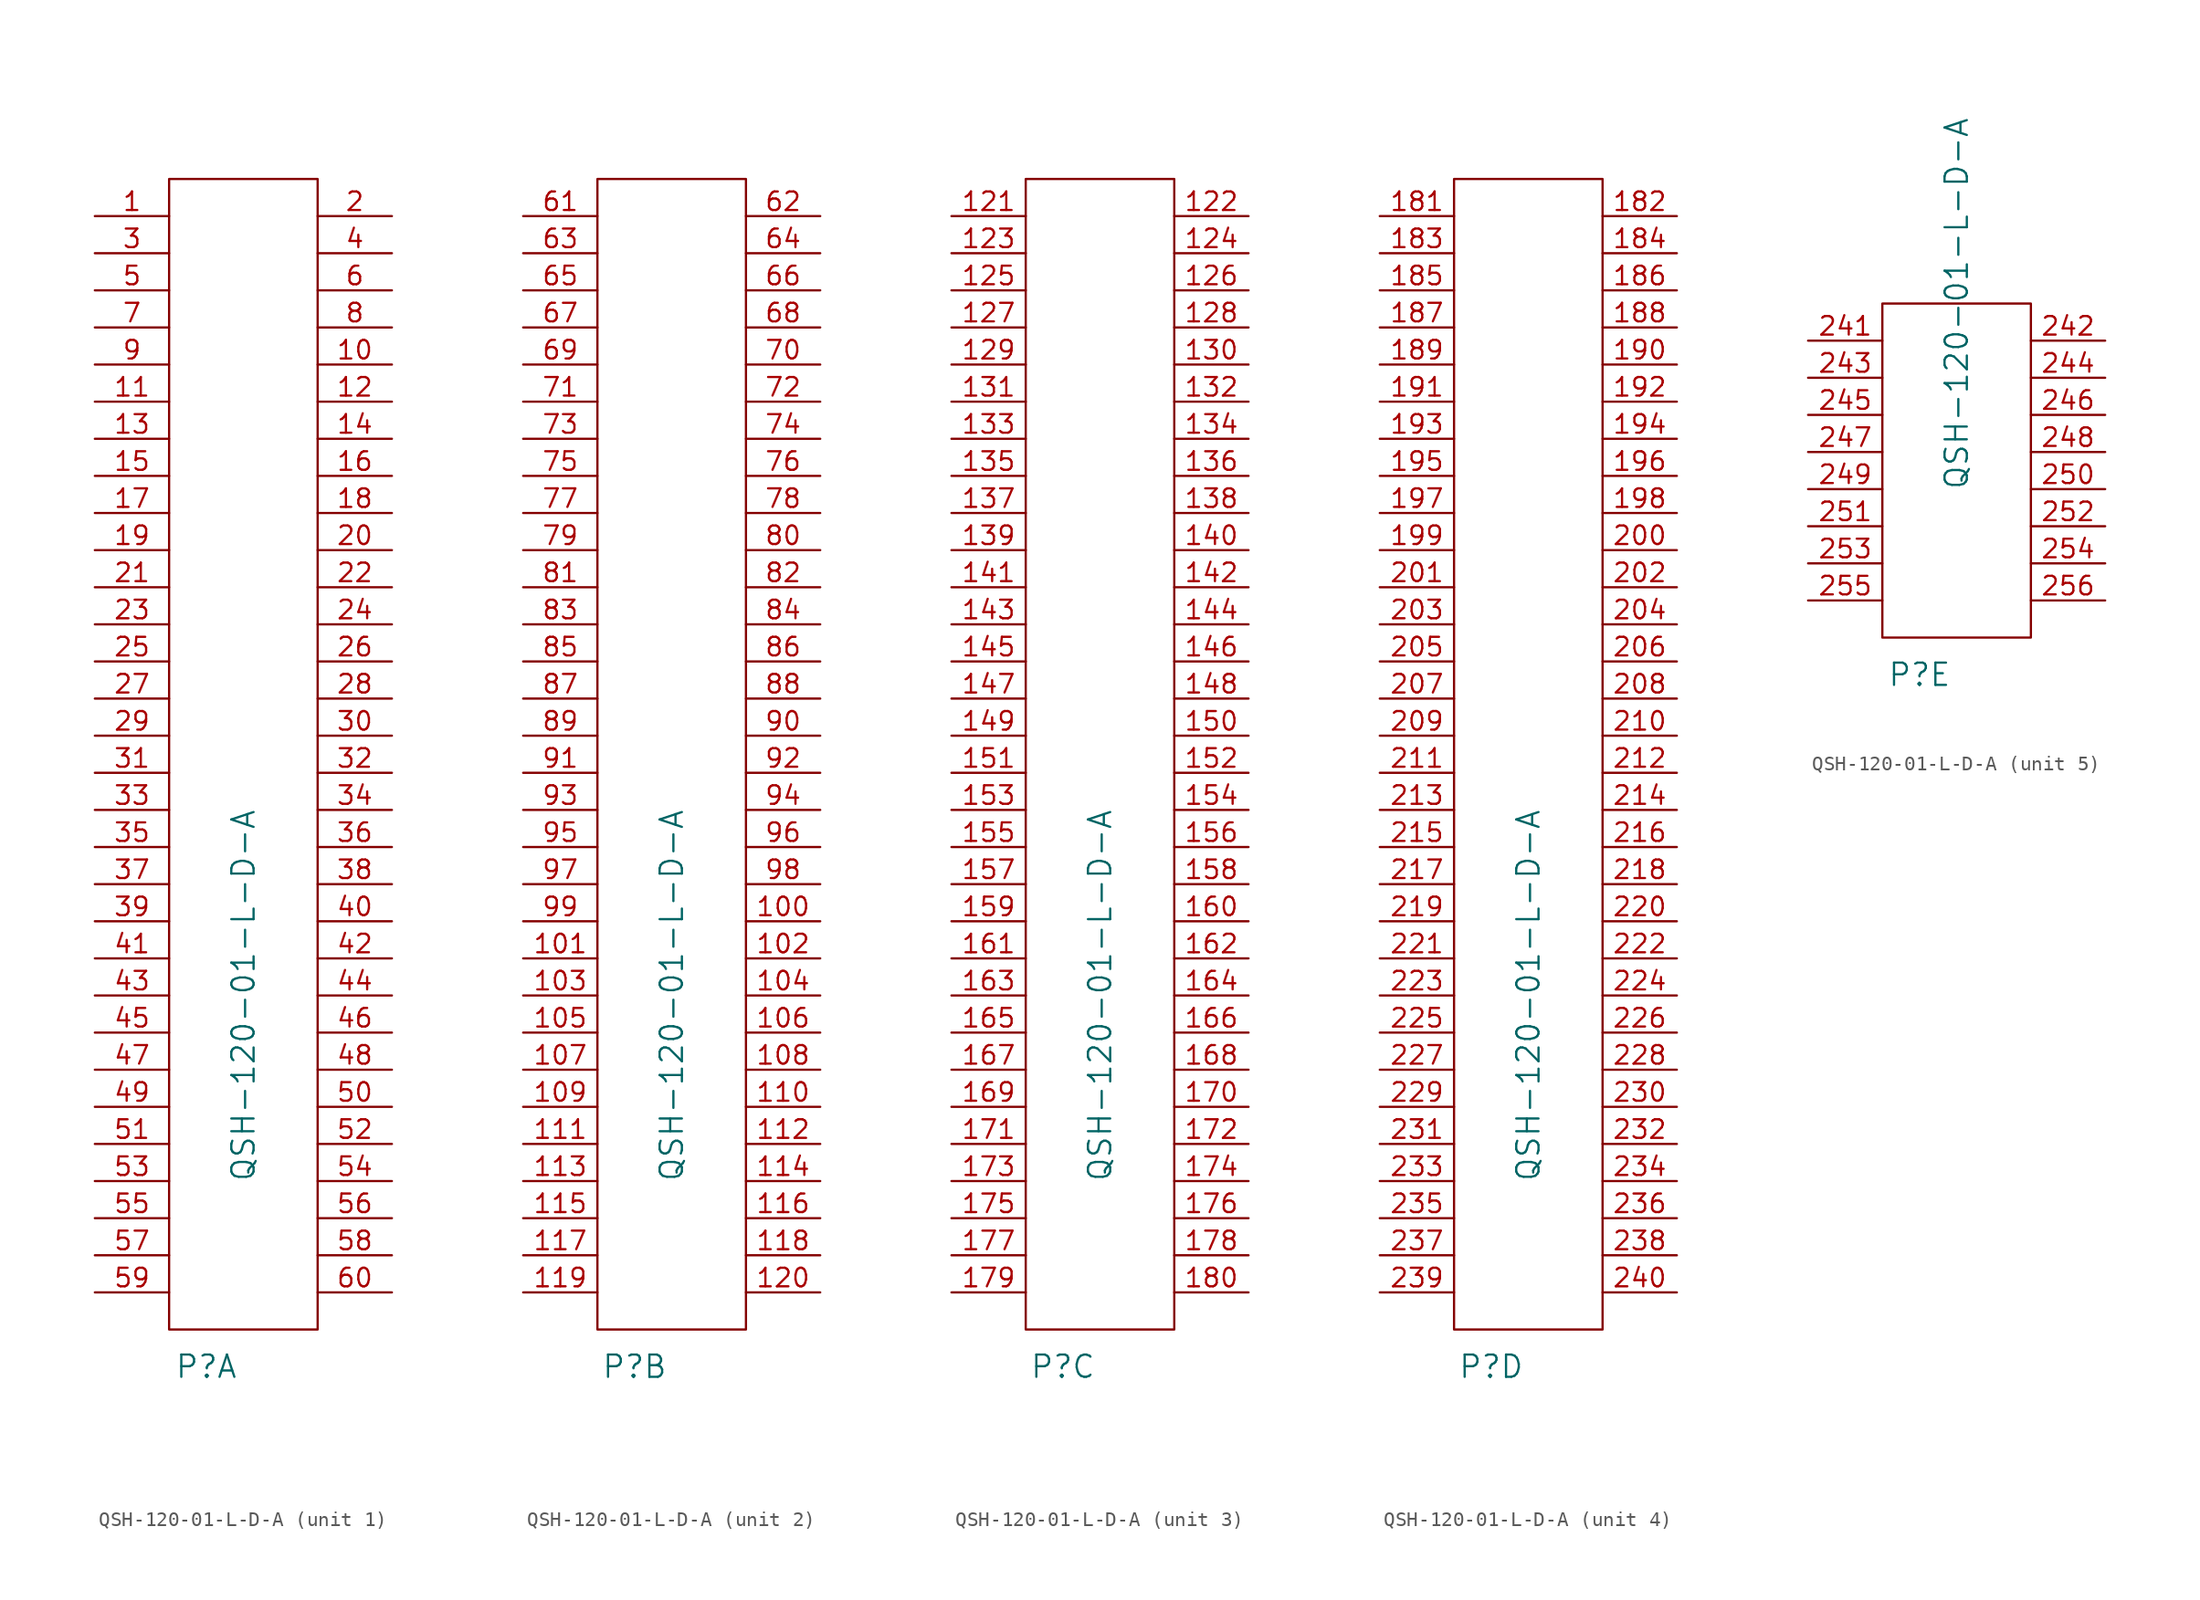
<source format=kicad_sym>
(kicad_symbol_lib
  (version 20220914)
  (generator kicad_symbol_editor)
  (symbol "QSH-120-01-L-D-A"
    (pin_names
      (offset 1.016) hide)
    (property "Reference" "P"
      (at 2.54 -2.54 0)
      (effects (font (size 1.524 1.524))))
    (property "Value" "QSH-120-01-L-D-A"
      (at 5.08 22.86 90)
      (effects (font (size 1.524 1.524))))
    (property "ki_locked" ""
      (at 0 0 0)
      (effects (font (size 1.27 1.27))))
    (symbol "QSH-120-01-L-D-A_1_1"
      (rectangle (start 0 78.74) (end 10.16 0) (stroke (width 0) (type solid)) (fill (type none)))
      (pin passive line (at -5.08 76.2 0) (length 5.08) (name "1" (effects (font (size 1.27 1.27)))) (number "1" (effects (font (size 1.27 1.27)))))
      (pin passive line (at 15.24 66.04 180) (length 5.08) (name "10" (effects (font (size 1.27 1.27)))) (number "10" (effects (font (size 1.27 1.27)))))
      (pin passive line (at -5.08 63.5 0) (length 5.08) (name "11" (effects (font (size 1.27 1.27)))) (number "11" (effects (font (size 1.27 1.27)))))
      (pin passive line (at 15.24 63.5 180) (length 5.08) (name "12" (effects (font (size 1.27 1.27)))) (number "12" (effects (font (size 1.27 1.27)))))
      (pin passive line (at -5.08 60.96 0) (length 5.08) (name "13" (effects (font (size 1.27 1.27)))) (number "13" (effects (font (size 1.27 1.27)))))
      (pin passive line (at 15.24 60.96 180) (length 5.08) (name "14" (effects (font (size 1.27 1.27)))) (number "14" (effects (font (size 1.27 1.27)))))
      (pin passive line (at -5.08 58.42 0) (length 5.08) (name "15" (effects (font (size 1.27 1.27)))) (number "15" (effects (font (size 1.27 1.27)))))
      (pin passive line (at 15.24 58.42 180) (length 5.08) (name "16" (effects (font (size 1.27 1.27)))) (number "16" (effects (font (size 1.27 1.27)))))
      (pin passive line (at -5.08 55.88 0) (length 5.08) (name "17" (effects (font (size 1.27 1.27)))) (number "17" (effects (font (size 1.27 1.27)))))
      (pin passive line (at 15.24 55.88 180) (length 5.08) (name "18" (effects (font (size 1.27 1.27)))) (number "18" (effects (font (size 1.27 1.27)))))
      (pin passive line (at -5.08 53.34 0) (length 5.08) (name "19" (effects (font (size 1.27 1.27)))) (number "19" (effects (font (size 1.27 1.27)))))
      (pin passive line (at 15.24 76.2 180) (length 5.08) (name "2" (effects (font (size 1.27 1.27)))) (number "2" (effects (font (size 1.27 1.27)))))
      (pin passive line (at 15.24 53.34 180) (length 5.08) (name "20" (effects (font (size 1.27 1.27)))) (number "20" (effects (font (size 1.27 1.27)))))
      (pin passive line (at -5.08 50.8 0) (length 5.08) (name "21" (effects (font (size 1.27 1.27)))) (number "21" (effects (font (size 1.27 1.27)))))
      (pin passive line (at 15.24 50.8 180) (length 5.08) (name "22" (effects (font (size 1.27 1.27)))) (number "22" (effects (font (size 1.27 1.27)))))
      (pin passive line (at -5.08 48.26 0) (length 5.08) (name "23" (effects (font (size 1.27 1.27)))) (number "23" (effects (font (size 1.27 1.27)))))
      (pin passive line (at 15.24 48.26 180) (length 5.08) (name "24" (effects (font (size 1.27 1.27)))) (number "24" (effects (font (size 1.27 1.27)))))
      (pin passive line (at -5.08 45.72 0) (length 5.08) (name "25" (effects (font (size 1.27 1.27)))) (number "25" (effects (font (size 1.27 1.27)))))
      (pin passive line (at 15.24 45.72 180) (length 5.08) (name "26" (effects (font (size 1.27 1.27)))) (number "26" (effects (font (size 1.27 1.27)))))
      (pin passive line (at -5.08 43.18 0) (length 5.08) (name "27" (effects (font (size 1.27 1.27)))) (number "27" (effects (font (size 1.27 1.27)))))
      (pin passive line (at 15.24 43.18 180) (length 5.08) (name "28" (effects (font (size 1.27 1.27)))) (number "28" (effects (font (size 1.27 1.27)))))
      (pin passive line (at -5.08 40.64 0) (length 5.08) (name "29" (effects (font (size 1.27 1.27)))) (number "29" (effects (font (size 1.27 1.27)))))
      (pin passive line (at -5.08 73.66 0) (length 5.08) (name "3" (effects (font (size 1.27 1.27)))) (number "3" (effects (font (size 1.27 1.27)))))
      (pin passive line (at 15.24 40.64 180) (length 5.08) (name "30" (effects (font (size 1.27 1.27)))) (number "30" (effects (font (size 1.27 1.27)))))
      (pin passive line (at -5.08 38.1 0) (length 5.08) (name "31" (effects (font (size 1.27 1.27)))) (number "31" (effects (font (size 1.27 1.27)))))
      (pin passive line (at 15.24 38.1 180) (length 5.08) (name "32" (effects (font (size 1.27 1.27)))) (number "32" (effects (font (size 1.27 1.27)))))
      (pin passive line (at -5.08 35.56 0) (length 5.08) (name "33" (effects (font (size 1.27 1.27)))) (number "33" (effects (font (size 1.27 1.27)))))
      (pin passive line (at 15.24 35.56 180) (length 5.08) (name "34" (effects (font (size 1.27 1.27)))) (number "34" (effects (font (size 1.27 1.27)))))
      (pin passive line (at -5.08 33.02 0) (length 5.08) (name "35" (effects (font (size 1.27 1.27)))) (number "35" (effects (font (size 1.27 1.27)))))
      (pin passive line (at 15.24 33.02 180) (length 5.08) (name "36" (effects (font (size 1.27 1.27)))) (number "36" (effects (font (size 1.27 1.27)))))
      (pin passive line (at -5.08 30.48 0) (length 5.08) (name "37" (effects (font (size 1.27 1.27)))) (number "37" (effects (font (size 1.27 1.27)))))
      (pin passive line (at 15.24 30.48 180) (length 5.08) (name "38" (effects (font (size 1.27 1.27)))) (number "38" (effects (font (size 1.27 1.27)))))
      (pin passive line (at -5.08 27.94 0) (length 5.08) (name "39" (effects (font (size 1.27 1.27)))) (number "39" (effects (font (size 1.27 1.27)))))
      (pin passive line (at 15.24 73.66 180) (length 5.08) (name "4" (effects (font (size 1.27 1.27)))) (number "4" (effects (font (size 1.27 1.27)))))
      (pin passive line (at 15.24 27.94 180) (length 5.08) (name "40" (effects (font (size 1.27 1.27)))) (number "40" (effects (font (size 1.27 1.27)))))
      (pin passive line (at -5.08 25.4 0) (length 5.08) (name "41" (effects (font (size 1.27 1.27)))) (number "41" (effects (font (size 1.27 1.27)))))
      (pin passive line (at 15.24 25.4 180) (length 5.08) (name "42" (effects (font (size 1.27 1.27)))) (number "42" (effects (font (size 1.27 1.27)))))
      (pin passive line (at -5.08 22.86 0) (length 5.08) (name "43" (effects (font (size 1.27 1.27)))) (number "43" (effects (font (size 1.27 1.27)))))
      (pin passive line (at 15.24 22.86 180) (length 5.08) (name "44" (effects (font (size 1.27 1.27)))) (number "44" (effects (font (size 1.27 1.27)))))
      (pin passive line (at -5.08 20.32 0) (length 5.08) (name "45" (effects (font (size 1.27 1.27)))) (number "45" (effects (font (size 1.27 1.27)))))
      (pin passive line (at 15.24 20.32 180) (length 5.08) (name "46" (effects (font (size 1.27 1.27)))) (number "46" (effects (font (size 1.27 1.27)))))
      (pin passive line (at -5.08 17.78 0) (length 5.08) (name "47" (effects (font (size 1.27 1.27)))) (number "47" (effects (font (size 1.27 1.27)))))
      (pin passive line (at 15.24 17.78 180) (length 5.08) (name "48" (effects (font (size 1.27 1.27)))) (number "48" (effects (font (size 1.27 1.27)))))
      (pin passive line (at -5.08 15.24 0) (length 5.08) (name "49" (effects (font (size 1.27 1.27)))) (number "49" (effects (font (size 1.27 1.27)))))
      (pin passive line (at -5.08 71.12 0) (length 5.08) (name "5" (effects (font (size 1.27 1.27)))) (number "5" (effects (font (size 1.27 1.27)))))
      (pin passive line (at 15.24 15.24 180) (length 5.08) (name "50" (effects (font (size 1.27 1.27)))) (number "50" (effects (font (size 1.27 1.27)))))
      (pin passive line (at -5.08 12.7 0) (length 5.08) (name "51" (effects (font (size 1.27 1.27)))) (number "51" (effects (font (size 1.27 1.27)))))
      (pin passive line (at 15.24 12.7 180) (length 5.08) (name "52" (effects (font (size 1.27 1.27)))) (number "52" (effects (font (size 1.27 1.27)))))
      (pin passive line (at -5.08 10.16 0) (length 5.08) (name "53" (effects (font (size 1.27 1.27)))) (number "53" (effects (font (size 1.27 1.27)))))
      (pin passive line (at 15.24 10.16 180) (length 5.08) (name "54" (effects (font (size 1.27 1.27)))) (number "54" (effects (font (size 1.27 1.27)))))
      (pin passive line (at -5.08 7.62 0) (length 5.08) (name "55" (effects (font (size 1.27 1.27)))) (number "55" (effects (font (size 1.27 1.27)))))
      (pin passive line (at 15.24 7.62 180) (length 5.08) (name "56" (effects (font (size 1.27 1.27)))) (number "56" (effects (font (size 1.27 1.27)))))
      (pin passive line (at -5.08 5.08 0) (length 5.08) (name "57" (effects (font (size 1.27 1.27)))) (number "57" (effects (font (size 1.27 1.27)))))
      (pin passive line (at 15.24 5.08 180) (length 5.08) (name "58" (effects (font (size 1.27 1.27)))) (number "58" (effects (font (size 1.27 1.27)))))
      (pin passive line (at -5.08 2.54 0) (length 5.08) (name "59" (effects (font (size 1.27 1.27)))) (number "59" (effects (font (size 1.27 1.27)))))
      (pin passive line (at 15.24 71.12 180) (length 5.08) (name "6" (effects (font (size 1.27 1.27)))) (number "6" (effects (font (size 1.27 1.27)))))
      (pin passive line (at 15.24 2.54 180) (length 5.08) (name "60" (effects (font (size 1.27 1.27)))) (number "60" (effects (font (size 1.27 1.27)))))
      (pin passive line (at -5.08 68.58 0) (length 5.08) (name "7" (effects (font (size 1.27 1.27)))) (number "7" (effects (font (size 1.27 1.27)))))
      (pin passive line (at 15.24 68.58 180) (length 5.08) (name "8" (effects (font (size 1.27 1.27)))) (number "8" (effects (font (size 1.27 1.27)))))
      (pin passive line (at -5.08 66.04 0) (length 5.08) (name "9" (effects (font (size 1.27 1.27)))) (number "9" (effects (font (size 1.27 1.27))))))
    (symbol "QSH-120-01-L-D-A_2_1"
      (rectangle (start 0 0) (end 10.16 78.74) (stroke (width 0) (type solid)) (fill (type none)))
      (pin passive line (at 15.24 27.94 180) (length 5.08) (name "100" (effects (font (size 1.27 1.27)))) (number "100" (effects (font (size 1.27 1.27)))))
      (pin passive line (at -5.08 25.4 0) (length 5.08) (name "101" (effects (font (size 1.27 1.27)))) (number "101" (effects (font (size 1.27 1.27)))))
      (pin passive line (at 15.24 25.4 180) (length 5.08) (name "102" (effects (font (size 1.27 1.27)))) (number "102" (effects (font (size 1.27 1.27)))))
      (pin passive line (at -5.08 22.86 0) (length 5.08) (name "103" (effects (font (size 1.27 1.27)))) (number "103" (effects (font (size 1.27 1.27)))))
      (pin passive line (at 15.24 22.86 180) (length 5.08) (name "104" (effects (font (size 1.27 1.27)))) (number "104" (effects (font (size 1.27 1.27)))))
      (pin passive line (at -5.08 20.32 0) (length 5.08) (name "105" (effects (font (size 1.27 1.27)))) (number "105" (effects (font (size 1.27 1.27)))))
      (pin passive line (at 15.24 20.32 180) (length 5.08) (name "106" (effects (font (size 1.27 1.27)))) (number "106" (effects (font (size 1.27 1.27)))))
      (pin passive line (at -5.08 17.78 0) (length 5.08) (name "107" (effects (font (size 1.27 1.27)))) (number "107" (effects (font (size 1.27 1.27)))))
      (pin passive line (at 15.24 17.78 180) (length 5.08) (name "108" (effects (font (size 1.27 1.27)))) (number "108" (effects (font (size 1.27 1.27)))))
      (pin passive line (at -5.08 15.24 0) (length 5.08) (name "109" (effects (font (size 1.27 1.27)))) (number "109" (effects (font (size 1.27 1.27)))))
      (pin passive line (at 15.24 15.24 180) (length 5.08) (name "110" (effects (font (size 1.27 1.27)))) (number "110" (effects (font (size 1.27 1.27)))))
      (pin passive line (at -5.08 12.7 0) (length 5.08) (name "111" (effects (font (size 1.27 1.27)))) (number "111" (effects (font (size 1.27 1.27)))))
      (pin passive line (at 15.24 12.7 180) (length 5.08) (name "112" (effects (font (size 1.27 1.27)))) (number "112" (effects (font (size 1.27 1.27)))))
      (pin passive line (at -5.08 10.16 0) (length 5.08) (name "113" (effects (font (size 1.27 1.27)))) (number "113" (effects (font (size 1.27 1.27)))))
      (pin passive line (at 15.24 10.16 180) (length 5.08) (name "114" (effects (font (size 1.27 1.27)))) (number "114" (effects (font (size 1.27 1.27)))))
      (pin passive line (at -5.08 7.62 0) (length 5.08) (name "115" (effects (font (size 1.27 1.27)))) (number "115" (effects (font (size 1.27 1.27)))))
      (pin passive line (at 15.24 7.62 180) (length 5.08) (name "116" (effects (font (size 1.27 1.27)))) (number "116" (effects (font (size 1.27 1.27)))))
      (pin passive line (at -5.08 5.08 0) (length 5.08) (name "117" (effects (font (size 1.27 1.27)))) (number "117" (effects (font (size 1.27 1.27)))))
      (pin passive line (at 15.24 5.08 180) (length 5.08) (name "118" (effects (font (size 1.27 1.27)))) (number "118" (effects (font (size 1.27 1.27)))))
      (pin passive line (at -5.08 2.54 0) (length 5.08) (name "119" (effects (font (size 1.27 1.27)))) (number "119" (effects (font (size 1.27 1.27)))))
      (pin passive line (at 15.24 2.54 180) (length 5.08) (name "120" (effects (font (size 1.27 1.27)))) (number "120" (effects (font (size 1.27 1.27)))))
      (pin passive line (at -5.08 76.2 0) (length 5.08) (name "61" (effects (font (size 1.27 1.27)))) (number "61" (effects (font (size 1.27 1.27)))))
      (pin passive line (at 15.24 76.2 180) (length 5.08) (name "62" (effects (font (size 1.27 1.27)))) (number "62" (effects (font (size 1.27 1.27)))))
      (pin passive line (at -5.08 73.66 0) (length 5.08) (name "63" (effects (font (size 1.27 1.27)))) (number "63" (effects (font (size 1.27 1.27)))))
      (pin passive line (at 15.24 73.66 180) (length 5.08) (name "64" (effects (font (size 1.27 1.27)))) (number "64" (effects (font (size 1.27 1.27)))))
      (pin passive line (at -5.08 71.12 0) (length 5.08) (name "65" (effects (font (size 1.27 1.27)))) (number "65" (effects (font (size 1.27 1.27)))))
      (pin passive line (at 15.24 71.12 180) (length 5.08) (name "66" (effects (font (size 1.27 1.27)))) (number "66" (effects (font (size 1.27 1.27)))))
      (pin passive line (at -5.08 68.58 0) (length 5.08) (name "67" (effects (font (size 1.27 1.27)))) (number "67" (effects (font (size 1.27 1.27)))))
      (pin passive line (at 15.24 68.58 180) (length 5.08) (name "68" (effects (font (size 1.27 1.27)))) (number "68" (effects (font (size 1.27 1.27)))))
      (pin passive line (at -5.08 66.04 0) (length 5.08) (name "69" (effects (font (size 1.27 1.27)))) (number "69" (effects (font (size 1.27 1.27)))))
      (pin passive line (at 15.24 66.04 180) (length 5.08) (name "70" (effects (font (size 1.27 1.27)))) (number "70" (effects (font (size 1.27 1.27)))))
      (pin passive line (at -5.08 63.5 0) (length 5.08) (name "71" (effects (font (size 1.27 1.27)))) (number "71" (effects (font (size 1.27 1.27)))))
      (pin passive line (at 15.24 63.5 180) (length 5.08) (name "72" (effects (font (size 1.27 1.27)))) (number "72" (effects (font (size 1.27 1.27)))))
      (pin passive line (at -5.08 60.96 0) (length 5.08) (name "73" (effects (font (size 1.27 1.27)))) (number "73" (effects (font (size 1.27 1.27)))))
      (pin passive line (at 15.24 60.96 180) (length 5.08) (name "74" (effects (font (size 1.27 1.27)))) (number "74" (effects (font (size 1.27 1.27)))))
      (pin passive line (at -5.08 58.42 0) (length 5.08) (name "75" (effects (font (size 1.27 1.27)))) (number "75" (effects (font (size 1.27 1.27)))))
      (pin passive line (at 15.24 58.42 180) (length 5.08) (name "76" (effects (font (size 1.27 1.27)))) (number "76" (effects (font (size 1.27 1.27)))))
      (pin passive line (at -5.08 55.88 0) (length 5.08) (name "77" (effects (font (size 1.27 1.27)))) (number "77" (effects (font (size 1.27 1.27)))))
      (pin passive line (at 15.24 55.88 180) (length 5.08) (name "78" (effects (font (size 1.27 1.27)))) (number "78" (effects (font (size 1.27 1.27)))))
      (pin passive line (at -5.08 53.34 0) (length 5.08) (name "79" (effects (font (size 1.27 1.27)))) (number "79" (effects (font (size 1.27 1.27)))))
      (pin passive line (at 15.24 53.34 180) (length 5.08) (name "80" (effects (font (size 1.27 1.27)))) (number "80" (effects (font (size 1.27 1.27)))))
      (pin passive line (at -5.08 50.8 0) (length 5.08) (name "81" (effects (font (size 1.27 1.27)))) (number "81" (effects (font (size 1.27 1.27)))))
      (pin passive line (at 15.24 50.8 180) (length 5.08) (name "82" (effects (font (size 1.27 1.27)))) (number "82" (effects (font (size 1.27 1.27)))))
      (pin passive line (at -5.08 48.26 0) (length 5.08) (name "83" (effects (font (size 1.27 1.27)))) (number "83" (effects (font (size 1.27 1.27)))))
      (pin passive line (at 15.24 48.26 180) (length 5.08) (name "84" (effects (font (size 1.27 1.27)))) (number "84" (effects (font (size 1.27 1.27)))))
      (pin passive line (at -5.08 45.72 0) (length 5.08) (name "85" (effects (font (size 1.27 1.27)))) (number "85" (effects (font (size 1.27 1.27)))))
      (pin passive line (at 15.24 45.72 180) (length 5.08) (name "86" (effects (font (size 1.27 1.27)))) (number "86" (effects (font (size 1.27 1.27)))))
      (pin passive line (at -5.08 43.18 0) (length 5.08) (name "87" (effects (font (size 1.27 1.27)))) (number "87" (effects (font (size 1.27 1.27)))))
      (pin passive line (at 15.24 43.18 180) (length 5.08) (name "88" (effects (font (size 1.27 1.27)))) (number "88" (effects (font (size 1.27 1.27)))))
      (pin passive line (at -5.08 40.64 0) (length 5.08) (name "89" (effects (font (size 1.27 1.27)))) (number "89" (effects (font (size 1.27 1.27)))))
      (pin passive line (at 15.24 40.64 180) (length 5.08) (name "90" (effects (font (size 1.27 1.27)))) (number "90" (effects (font (size 1.27 1.27)))))
      (pin passive line (at -5.08 38.1 0) (length 5.08) (name "91" (effects (font (size 1.27 1.27)))) (number "91" (effects (font (size 1.27 1.27)))))
      (pin passive line (at 15.24 38.1 180) (length 5.08) (name "92" (effects (font (size 1.27 1.27)))) (number "92" (effects (font (size 1.27 1.27)))))
      (pin passive line (at -5.08 35.56 0) (length 5.08) (name "93" (effects (font (size 1.27 1.27)))) (number "93" (effects (font (size 1.27 1.27)))))
      (pin passive line (at 15.24 35.56 180) (length 5.08) (name "94" (effects (font (size 1.27 1.27)))) (number "94" (effects (font (size 1.27 1.27)))))
      (pin passive line (at -5.08 33.02 0) (length 5.08) (name "95" (effects (font (size 1.27 1.27)))) (number "95" (effects (font (size 1.27 1.27)))))
      (pin passive line (at 15.24 33.02 180) (length 5.08) (name "96" (effects (font (size 1.27 1.27)))) (number "96" (effects (font (size 1.27 1.27)))))
      (pin passive line (at -5.08 30.48 0) (length 5.08) (name "97" (effects (font (size 1.27 1.27)))) (number "97" (effects (font (size 1.27 1.27)))))
      (pin passive line (at 15.24 30.48 180) (length 5.08) (name "98" (effects (font (size 1.27 1.27)))) (number "98" (effects (font (size 1.27 1.27)))))
      (pin passive line (at -5.08 27.94 0) (length 5.08) (name "99" (effects (font (size 1.27 1.27)))) (number "99" (effects (font (size 1.27 1.27))))))
    (symbol "QSH-120-01-L-D-A_3_1"
      (rectangle (start 0 78.74) (end 10.16 0) (stroke (width 0) (type solid)) (fill (type none)))
      (pin passive line (at -5.08 76.2 0) (length 5.08) (name "121" (effects (font (size 1.27 1.27)))) (number "121" (effects (font (size 1.27 1.27)))))
      (pin passive line (at 15.24 76.2 180) (length 5.08) (name "122" (effects (font (size 1.27 1.27)))) (number "122" (effects (font (size 1.27 1.27)))))
      (pin passive line (at -5.08 73.66 0) (length 5.08) (name "123" (effects (font (size 1.27 1.27)))) (number "123" (effects (font (size 1.27 1.27)))))
      (pin passive line (at 15.24 73.66 180) (length 5.08) (name "124" (effects (font (size 1.27 1.27)))) (number "124" (effects (font (size 1.27 1.27)))))
      (pin passive line (at -5.08 71.12 0) (length 5.08) (name "125" (effects (font (size 1.27 1.27)))) (number "125" (effects (font (size 1.27 1.27)))))
      (pin passive line (at 15.24 71.12 180) (length 5.08) (name "126" (effects (font (size 1.27 1.27)))) (number "126" (effects (font (size 1.27 1.27)))))
      (pin passive line (at -5.08 68.58 0) (length 5.08) (name "127" (effects (font (size 1.27 1.27)))) (number "127" (effects (font (size 1.27 1.27)))))
      (pin passive line (at 15.24 68.58 180) (length 5.08) (name "128" (effects (font (size 1.27 1.27)))) (number "128" (effects (font (size 1.27 1.27)))))
      (pin passive line (at -5.08 66.04 0) (length 5.08) (name "129" (effects (font (size 1.27 1.27)))) (number "129" (effects (font (size 1.27 1.27)))))
      (pin passive line (at 15.24 66.04 180) (length 5.08) (name "130" (effects (font (size 1.27 1.27)))) (number "130" (effects (font (size 1.27 1.27)))))
      (pin passive line (at -5.08 63.5 0) (length 5.08) (name "131" (effects (font (size 1.27 1.27)))) (number "131" (effects (font (size 1.27 1.27)))))
      (pin passive line (at 15.24 63.5 180) (length 5.08) (name "132" (effects (font (size 1.27 1.27)))) (number "132" (effects (font (size 1.27 1.27)))))
      (pin passive line (at -5.08 60.96 0) (length 5.08) (name "133" (effects (font (size 1.27 1.27)))) (number "133" (effects (font (size 1.27 1.27)))))
      (pin passive line (at 15.24 60.96 180) (length 5.08) (name "134" (effects (font (size 1.27 1.27)))) (number "134" (effects (font (size 1.27 1.27)))))
      (pin passive line (at -5.08 58.42 0) (length 5.08) (name "135" (effects (font (size 1.27 1.27)))) (number "135" (effects (font (size 1.27 1.27)))))
      (pin passive line (at 15.24 58.42 180) (length 5.08) (name "136" (effects (font (size 1.27 1.27)))) (number "136" (effects (font (size 1.27 1.27)))))
      (pin passive line (at -5.08 55.88 0) (length 5.08) (name "137" (effects (font (size 1.27 1.27)))) (number "137" (effects (font (size 1.27 1.27)))))
      (pin passive line (at 15.24 55.88 180) (length 5.08) (name "138" (effects (font (size 1.27 1.27)))) (number "138" (effects (font (size 1.27 1.27)))))
      (pin passive line (at -5.08 53.34 0) (length 5.08) (name "139" (effects (font (size 1.27 1.27)))) (number "139" (effects (font (size 1.27 1.27)))))
      (pin passive line (at 15.24 53.34 180) (length 5.08) (name "140" (effects (font (size 1.27 1.27)))) (number "140" (effects (font (size 1.27 1.27)))))
      (pin passive line (at -5.08 50.8 0) (length 5.08) (name "141" (effects (font (size 1.27 1.27)))) (number "141" (effects (font (size 1.27 1.27)))))
      (pin passive line (at 15.24 50.8 180) (length 5.08) (name "142" (effects (font (size 1.27 1.27)))) (number "142" (effects (font (size 1.27 1.27)))))
      (pin passive line (at -5.08 48.26 0) (length 5.08) (name "143" (effects (font (size 1.27 1.27)))) (number "143" (effects (font (size 1.27 1.27)))))
      (pin passive line (at 15.24 48.26 180) (length 5.08) (name "144" (effects (font (size 1.27 1.27)))) (number "144" (effects (font (size 1.27 1.27)))))
      (pin passive line (at -5.08 45.72 0) (length 5.08) (name "145" (effects (font (size 1.27 1.27)))) (number "145" (effects (font (size 1.27 1.27)))))
      (pin passive line (at 15.24 45.72 180) (length 5.08) (name "146" (effects (font (size 1.27 1.27)))) (number "146" (effects (font (size 1.27 1.27)))))
      (pin passive line (at -5.08 43.18 0) (length 5.08) (name "147" (effects (font (size 1.27 1.27)))) (number "147" (effects (font (size 1.27 1.27)))))
      (pin passive line (at 15.24 43.18 180) (length 5.08) (name "148" (effects (font (size 1.27 1.27)))) (number "148" (effects (font (size 1.27 1.27)))))
      (pin passive line (at -5.08 40.64 0) (length 5.08) (name "149" (effects (font (size 1.27 1.27)))) (number "149" (effects (font (size 1.27 1.27)))))
      (pin passive line (at 15.24 40.64 180) (length 5.08) (name "150" (effects (font (size 1.27 1.27)))) (number "150" (effects (font (size 1.27 1.27)))))
      (pin passive line (at -5.08 38.1 0) (length 5.08) (name "151" (effects (font (size 1.27 1.27)))) (number "151" (effects (font (size 1.27 1.27)))))
      (pin passive line (at 15.24 38.1 180) (length 5.08) (name "152" (effects (font (size 1.27 1.27)))) (number "152" (effects (font (size 1.27 1.27)))))
      (pin passive line (at -5.08 35.56 0) (length 5.08) (name "153" (effects (font (size 1.27 1.27)))) (number "153" (effects (font (size 1.27 1.27)))))
      (pin passive line (at 15.24 35.56 180) (length 5.08) (name "154" (effects (font (size 1.27 1.27)))) (number "154" (effects (font (size 1.27 1.27)))))
      (pin passive line (at -5.08 33.02 0) (length 5.08) (name "155" (effects (font (size 1.27 1.27)))) (number "155" (effects (font (size 1.27 1.27)))))
      (pin passive line (at 15.24 33.02 180) (length 5.08) (name "156" (effects (font (size 1.27 1.27)))) (number "156" (effects (font (size 1.27 1.27)))))
      (pin passive line (at -5.08 30.48 0) (length 5.08) (name "157" (effects (font (size 1.27 1.27)))) (number "157" (effects (font (size 1.27 1.27)))))
      (pin passive line (at 15.24 30.48 180) (length 5.08) (name "158" (effects (font (size 1.27 1.27)))) (number "158" (effects (font (size 1.27 1.27)))))
      (pin passive line (at -5.08 27.94 0) (length 5.08) (name "159" (effects (font (size 1.27 1.27)))) (number "159" (effects (font (size 1.27 1.27)))))
      (pin passive line (at 15.24 27.94 180) (length 5.08) (name "160" (effects (font (size 1.27 1.27)))) (number "160" (effects (font (size 1.27 1.27)))))
      (pin passive line (at -5.08 25.4 0) (length 5.08) (name "161" (effects (font (size 1.27 1.27)))) (number "161" (effects (font (size 1.27 1.27)))))
      (pin passive line (at 15.24 25.4 180) (length 5.08) (name "162" (effects (font (size 1.27 1.27)))) (number "162" (effects (font (size 1.27 1.27)))))
      (pin passive line (at -5.08 22.86 0) (length 5.08) (name "163" (effects (font (size 1.27 1.27)))) (number "163" (effects (font (size 1.27 1.27)))))
      (pin passive line (at 15.24 22.86 180) (length 5.08) (name "164" (effects (font (size 1.27 1.27)))) (number "164" (effects (font (size 1.27 1.27)))))
      (pin passive line (at -5.08 20.32 0) (length 5.08) (name "165" (effects (font (size 1.27 1.27)))) (number "165" (effects (font (size 1.27 1.27)))))
      (pin passive line (at 15.24 20.32 180) (length 5.08) (name "166" (effects (font (size 1.27 1.27)))) (number "166" (effects (font (size 1.27 1.27)))))
      (pin passive line (at -5.08 17.78 0) (length 5.08) (name "167" (effects (font (size 1.27 1.27)))) (number "167" (effects (font (size 1.27 1.27)))))
      (pin passive line (at 15.24 17.78 180) (length 5.08) (name "168" (effects (font (size 1.27 1.27)))) (number "168" (effects (font (size 1.27 1.27)))))
      (pin passive line (at -5.08 15.24 0) (length 5.08) (name "169" (effects (font (size 1.27 1.27)))) (number "169" (effects (font (size 1.27 1.27)))))
      (pin passive line (at 15.24 15.24 180) (length 5.08) (name "170" (effects (font (size 1.27 1.27)))) (number "170" (effects (font (size 1.27 1.27)))))
      (pin passive line (at -5.08 12.7 0) (length 5.08) (name "171" (effects (font (size 1.27 1.27)))) (number "171" (effects (font (size 1.27 1.27)))))
      (pin passive line (at 15.24 12.7 180) (length 5.08) (name "172" (effects (font (size 1.27 1.27)))) (number "172" (effects (font (size 1.27 1.27)))))
      (pin passive line (at -5.08 10.16 0) (length 5.08) (name "173" (effects (font (size 1.27 1.27)))) (number "173" (effects (font (size 1.27 1.27)))))
      (pin passive line (at 15.24 10.16 180) (length 5.08) (name "174" (effects (font (size 1.27 1.27)))) (number "174" (effects (font (size 1.27 1.27)))))
      (pin passive line (at -5.08 7.62 0) (length 5.08) (name "175" (effects (font (size 1.27 1.27)))) (number "175" (effects (font (size 1.27 1.27)))))
      (pin passive line (at 15.24 7.62 180) (length 5.08) (name "176" (effects (font (size 1.27 1.27)))) (number "176" (effects (font (size 1.27 1.27)))))
      (pin passive line (at -5.08 5.08 0) (length 5.08) (name "177" (effects (font (size 1.27 1.27)))) (number "177" (effects (font (size 1.27 1.27)))))
      (pin passive line (at 15.24 5.08 180) (length 5.08) (name "178" (effects (font (size 1.27 1.27)))) (number "178" (effects (font (size 1.27 1.27)))))
      (pin passive line (at -5.08 2.54 0) (length 5.08) (name "179" (effects (font (size 1.27 1.27)))) (number "179" (effects (font (size 1.27 1.27)))))
      (pin passive line (at 15.24 2.54 180) (length 5.08) (name "180" (effects (font (size 1.27 1.27)))) (number "180" (effects (font (size 1.27 1.27))))))
    (symbol "QSH-120-01-L-D-A_4_1"
      (rectangle (start 0 78.74) (end 10.16 0) (stroke (width 0) (type solid)) (fill (type none)))
      (pin passive line (at -5.08 76.2 0) (length 5.08) (name "181" (effects (font (size 1.27 1.27)))) (number "181" (effects (font (size 1.27 1.27)))))
      (pin passive line (at 15.24 76.2 180) (length 5.08) (name "182" (effects (font (size 1.27 1.27)))) (number "182" (effects (font (size 1.27 1.27)))))
      (pin passive line (at -5.08 73.66 0) (length 5.08) (name "183" (effects (font (size 1.27 1.27)))) (number "183" (effects (font (size 1.27 1.27)))))
      (pin passive line (at 15.24 73.66 180) (length 5.08) (name "184" (effects (font (size 1.27 1.27)))) (number "184" (effects (font (size 1.27 1.27)))))
      (pin passive line (at -5.08 71.12 0) (length 5.08) (name "185" (effects (font (size 1.27 1.27)))) (number "185" (effects (font (size 1.27 1.27)))))
      (pin passive line (at 15.24 71.12 180) (length 5.08) (name "186" (effects (font (size 1.27 1.27)))) (number "186" (effects (font (size 1.27 1.27)))))
      (pin passive line (at -5.08 68.58 0) (length 5.08) (name "187" (effects (font (size 1.27 1.27)))) (number "187" (effects (font (size 1.27 1.27)))))
      (pin passive line (at 15.24 68.58 180) (length 5.08) (name "188" (effects (font (size 1.27 1.27)))) (number "188" (effects (font (size 1.27 1.27)))))
      (pin passive line (at -5.08 66.04 0) (length 5.08) (name "189" (effects (font (size 1.27 1.27)))) (number "189" (effects (font (size 1.27 1.27)))))
      (pin passive line (at 15.24 66.04 180) (length 5.08) (name "190" (effects (font (size 1.27 1.27)))) (number "190" (effects (font (size 1.27 1.27)))))
      (pin passive line (at -5.08 63.5 0) (length 5.08) (name "191" (effects (font (size 1.27 1.27)))) (number "191" (effects (font (size 1.27 1.27)))))
      (pin passive line (at 15.24 63.5 180) (length 5.08) (name "192" (effects (font (size 1.27 1.27)))) (number "192" (effects (font (size 1.27 1.27)))))
      (pin passive line (at -5.08 60.96 0) (length 5.08) (name "193" (effects (font (size 1.27 1.27)))) (number "193" (effects (font (size 1.27 1.27)))))
      (pin passive line (at 15.24 60.96 180) (length 5.08) (name "194" (effects (font (size 1.27 1.27)))) (number "194" (effects (font (size 1.27 1.27)))))
      (pin passive line (at -5.08 58.42 0) (length 5.08) (name "195" (effects (font (size 1.27 1.27)))) (number "195" (effects (font (size 1.27 1.27)))))
      (pin passive line (at 15.24 58.42 180) (length 5.08) (name "196" (effects (font (size 1.27 1.27)))) (number "196" (effects (font (size 1.27 1.27)))))
      (pin passive line (at -5.08 55.88 0) (length 5.08) (name "197" (effects (font (size 1.27 1.27)))) (number "197" (effects (font (size 1.27 1.27)))))
      (pin passive line (at 15.24 55.88 180) (length 5.08) (name "198" (effects (font (size 1.27 1.27)))) (number "198" (effects (font (size 1.27 1.27)))))
      (pin passive line (at -5.08 53.34 0) (length 5.08) (name "199" (effects (font (size 1.27 1.27)))) (number "199" (effects (font (size 1.27 1.27)))))
      (pin passive line (at 15.24 53.34 180) (length 5.08) (name "200" (effects (font (size 1.27 1.27)))) (number "200" (effects (font (size 1.27 1.27)))))
      (pin passive line (at -5.08 50.8 0) (length 5.08) (name "201" (effects (font (size 1.27 1.27)))) (number "201" (effects (font (size 1.27 1.27)))))
      (pin passive line (at 15.24 50.8 180) (length 5.08) (name "202" (effects (font (size 1.27 1.27)))) (number "202" (effects (font (size 1.27 1.27)))))
      (pin passive line (at -5.08 48.26 0) (length 5.08) (name "203" (effects (font (size 1.27 1.27)))) (number "203" (effects (font (size 1.27 1.27)))))
      (pin passive line (at 15.24 48.26 180) (length 5.08) (name "204" (effects (font (size 1.27 1.27)))) (number "204" (effects (font (size 1.27 1.27)))))
      (pin passive line (at -5.08 45.72 0) (length 5.08) (name "205" (effects (font (size 1.27 1.27)))) (number "205" (effects (font (size 1.27 1.27)))))
      (pin passive line (at 15.24 45.72 180) (length 5.08) (name "206" (effects (font (size 1.27 1.27)))) (number "206" (effects (font (size 1.27 1.27)))))
      (pin passive line (at -5.08 43.18 0) (length 5.08) (name "207" (effects (font (size 1.27 1.27)))) (number "207" (effects (font (size 1.27 1.27)))))
      (pin passive line (at 15.24 43.18 180) (length 5.08) (name "208" (effects (font (size 1.27 1.27)))) (number "208" (effects (font (size 1.27 1.27)))))
      (pin passive line (at -5.08 40.64 0) (length 5.08) (name "209" (effects (font (size 1.27 1.27)))) (number "209" (effects (font (size 1.27 1.27)))))
      (pin passive line (at 15.24 40.64 180) (length 5.08) (name "210" (effects (font (size 1.27 1.27)))) (number "210" (effects (font (size 1.27 1.27)))))
      (pin passive line (at -5.08 38.1 0) (length 5.08) (name "211" (effects (font (size 1.27 1.27)))) (number "211" (effects (font (size 1.27 1.27)))))
      (pin passive line (at 15.24 38.1 180) (length 5.08) (name "212" (effects (font (size 1.27 1.27)))) (number "212" (effects (font (size 1.27 1.27)))))
      (pin passive line (at -5.08 35.56 0) (length 5.08) (name "213" (effects (font (size 1.27 1.27)))) (number "213" (effects (font (size 1.27 1.27)))))
      (pin passive line (at 15.24 35.56 180) (length 5.08) (name "214" (effects (font (size 1.27 1.27)))) (number "214" (effects (font (size 1.27 1.27)))))
      (pin passive line (at -5.08 33.02 0) (length 5.08) (name "215" (effects (font (size 1.27 1.27)))) (number "215" (effects (font (size 1.27 1.27)))))
      (pin passive line (at 15.24 33.02 180) (length 5.08) (name "216" (effects (font (size 1.27 1.27)))) (number "216" (effects (font (size 1.27 1.27)))))
      (pin passive line (at -5.08 30.48 0) (length 5.08) (name "217" (effects (font (size 1.27 1.27)))) (number "217" (effects (font (size 1.27 1.27)))))
      (pin passive line (at 15.24 30.48 180) (length 5.08) (name "218" (effects (font (size 1.27 1.27)))) (number "218" (effects (font (size 1.27 1.27)))))
      (pin passive line (at -5.08 27.94 0) (length 5.08) (name "219" (effects (font (size 1.27 1.27)))) (number "219" (effects (font (size 1.27 1.27)))))
      (pin passive line (at 15.24 27.94 180) (length 5.08) (name "220" (effects (font (size 1.27 1.27)))) (number "220" (effects (font (size 1.27 1.27)))))
      (pin passive line (at -5.08 25.4 0) (length 5.08) (name "221" (effects (font (size 1.27 1.27)))) (number "221" (effects (font (size 1.27 1.27)))))
      (pin passive line (at 15.24 25.4 180) (length 5.08) (name "222" (effects (font (size 1.27 1.27)))) (number "222" (effects (font (size 1.27 1.27)))))
      (pin passive line (at -5.08 22.86 0) (length 5.08) (name "223" (effects (font (size 1.27 1.27)))) (number "223" (effects (font (size 1.27 1.27)))))
      (pin passive line (at 15.24 22.86 180) (length 5.08) (name "224" (effects (font (size 1.27 1.27)))) (number "224" (effects (font (size 1.27 1.27)))))
      (pin passive line (at -5.08 20.32 0) (length 5.08) (name "225" (effects (font (size 1.27 1.27)))) (number "225" (effects (font (size 1.27 1.27)))))
      (pin passive line (at 15.24 20.32 180) (length 5.08) (name "226" (effects (font (size 1.27 1.27)))) (number "226" (effects (font (size 1.27 1.27)))))
      (pin passive line (at -5.08 17.78 0) (length 5.08) (name "227" (effects (font (size 1.27 1.27)))) (number "227" (effects (font (size 1.27 1.27)))))
      (pin passive line (at 15.24 17.78 180) (length 5.08) (name "228" (effects (font (size 1.27 1.27)))) (number "228" (effects (font (size 1.27 1.27)))))
      (pin passive line (at -5.08 15.24 0) (length 5.08) (name "229" (effects (font (size 1.27 1.27)))) (number "229" (effects (font (size 1.27 1.27)))))
      (pin passive line (at 15.24 15.24 180) (length 5.08) (name "230" (effects (font (size 1.27 1.27)))) (number "230" (effects (font (size 1.27 1.27)))))
      (pin passive line (at -5.08 12.7 0) (length 5.08) (name "231" (effects (font (size 1.27 1.27)))) (number "231" (effects (font (size 1.27 1.27)))))
      (pin passive line (at 15.24 12.7 180) (length 5.08) (name "232" (effects (font (size 1.27 1.27)))) (number "232" (effects (font (size 1.27 1.27)))))
      (pin passive line (at -5.08 10.16 0) (length 5.08) (name "233" (effects (font (size 1.27 1.27)))) (number "233" (effects (font (size 1.27 1.27)))))
      (pin passive line (at 15.24 10.16 180) (length 5.08) (name "234" (effects (font (size 1.27 1.27)))) (number "234" (effects (font (size 1.27 1.27)))))
      (pin passive line (at -5.08 7.62 0) (length 5.08) (name "235" (effects (font (size 1.27 1.27)))) (number "235" (effects (font (size 1.27 1.27)))))
      (pin passive line (at 15.24 7.62 180) (length 5.08) (name "236" (effects (font (size 1.27 1.27)))) (number "236" (effects (font (size 1.27 1.27)))))
      (pin passive line (at -5.08 5.08 0) (length 5.08) (name "237" (effects (font (size 1.27 1.27)))) (number "237" (effects (font (size 1.27 1.27)))))
      (pin passive line (at 15.24 5.08 180) (length 5.08) (name "238" (effects (font (size 1.27 1.27)))) (number "238" (effects (font (size 1.27 1.27)))))
      (pin passive line (at -5.08 2.54 0) (length 5.08) (name "239" (effects (font (size 1.27 1.27)))) (number "239" (effects (font (size 1.27 1.27)))))
      (pin passive line (at 15.24 2.54 180) (length 5.08) (name "240" (effects (font (size 1.27 1.27)))) (number "240" (effects (font (size 1.27 1.27))))))
    (symbol "QSH-120-01-L-D-A_5_1"
      (rectangle (start 0 0) (end 10.16 22.86) (stroke (width 0) (type solid)) (fill (type none)))
      (pin passive line (at -5.08 20.32 0) (length 5.08) (name "241" (effects (font (size 1.27 1.27)))) (number "241" (effects (font (size 1.27 1.27)))))
      (pin passive line (at 15.24 20.32 180) (length 5.08) (name "242" (effects (font (size 1.27 1.27)))) (number "242" (effects (font (size 1.27 1.27)))))
      (pin passive line (at -5.08 17.78 0) (length 5.08) (name "243" (effects (font (size 1.27 1.27)))) (number "243" (effects (font (size 1.27 1.27)))))
      (pin passive line (at 15.24 17.78 180) (length 5.08) (name "244" (effects (font (size 1.27 1.27)))) (number "244" (effects (font (size 1.27 1.27)))))
      (pin passive line (at -5.08 15.24 0) (length 5.08) (name "245" (effects (font (size 1.27 1.27)))) (number "245" (effects (font (size 1.27 1.27)))))
      (pin passive line (at 15.24 15.24 180) (length 5.08) (name "246" (effects (font (size 1.27 1.27)))) (number "246" (effects (font (size 1.27 1.27)))))
      (pin passive line (at -5.08 12.7 0) (length 5.08) (name "247" (effects (font (size 1.27 1.27)))) (number "247" (effects (font (size 1.27 1.27)))))
      (pin passive line (at 15.24 12.7 180) (length 5.08) (name "248" (effects (font (size 1.27 1.27)))) (number "248" (effects (font (size 1.27 1.27)))))
      (pin passive line (at -5.08 10.16 0) (length 5.08) (name "249" (effects (font (size 1.27 1.27)))) (number "249" (effects (font (size 1.27 1.27)))))
      (pin passive line (at 15.24 10.16 180) (length 5.08) (name "250" (effects (font (size 1.27 1.27)))) (number "250" (effects (font (size 1.27 1.27)))))
      (pin passive line (at -5.08 7.62 0) (length 5.08) (name "251" (effects (font (size 1.27 1.27)))) (number "251" (effects (font (size 1.27 1.27)))))
      (pin passive line (at 15.24 7.62 180) (length 5.08) (name "252" (effects (font (size 1.27 1.27)))) (number "252" (effects (font (size 1.27 1.27)))))
      (pin passive line (at -5.08 5.08 0) (length 5.08) (name "253" (effects (font (size 1.27 1.27)))) (number "253" (effects (font (size 1.27 1.27)))))
      (pin passive line (at 15.24 5.08 180) (length 5.08) (name "254" (effects (font (size 1.27 1.27)))) (number "254" (effects (font (size 1.27 1.27)))))
      (pin passive line (at -5.08 2.54 0) (length 5.08) (name "255" (effects (font (size 1.27 1.27)))) (number "255" (effects (font (size 1.27 1.27)))))
      (pin passive line (at 15.24 2.54 180) (length 5.08) (name "256" (effects (font (size 1.27 1.27)))) (number "256" (effects (font (size 1.27 1.27))))))))
</source>
